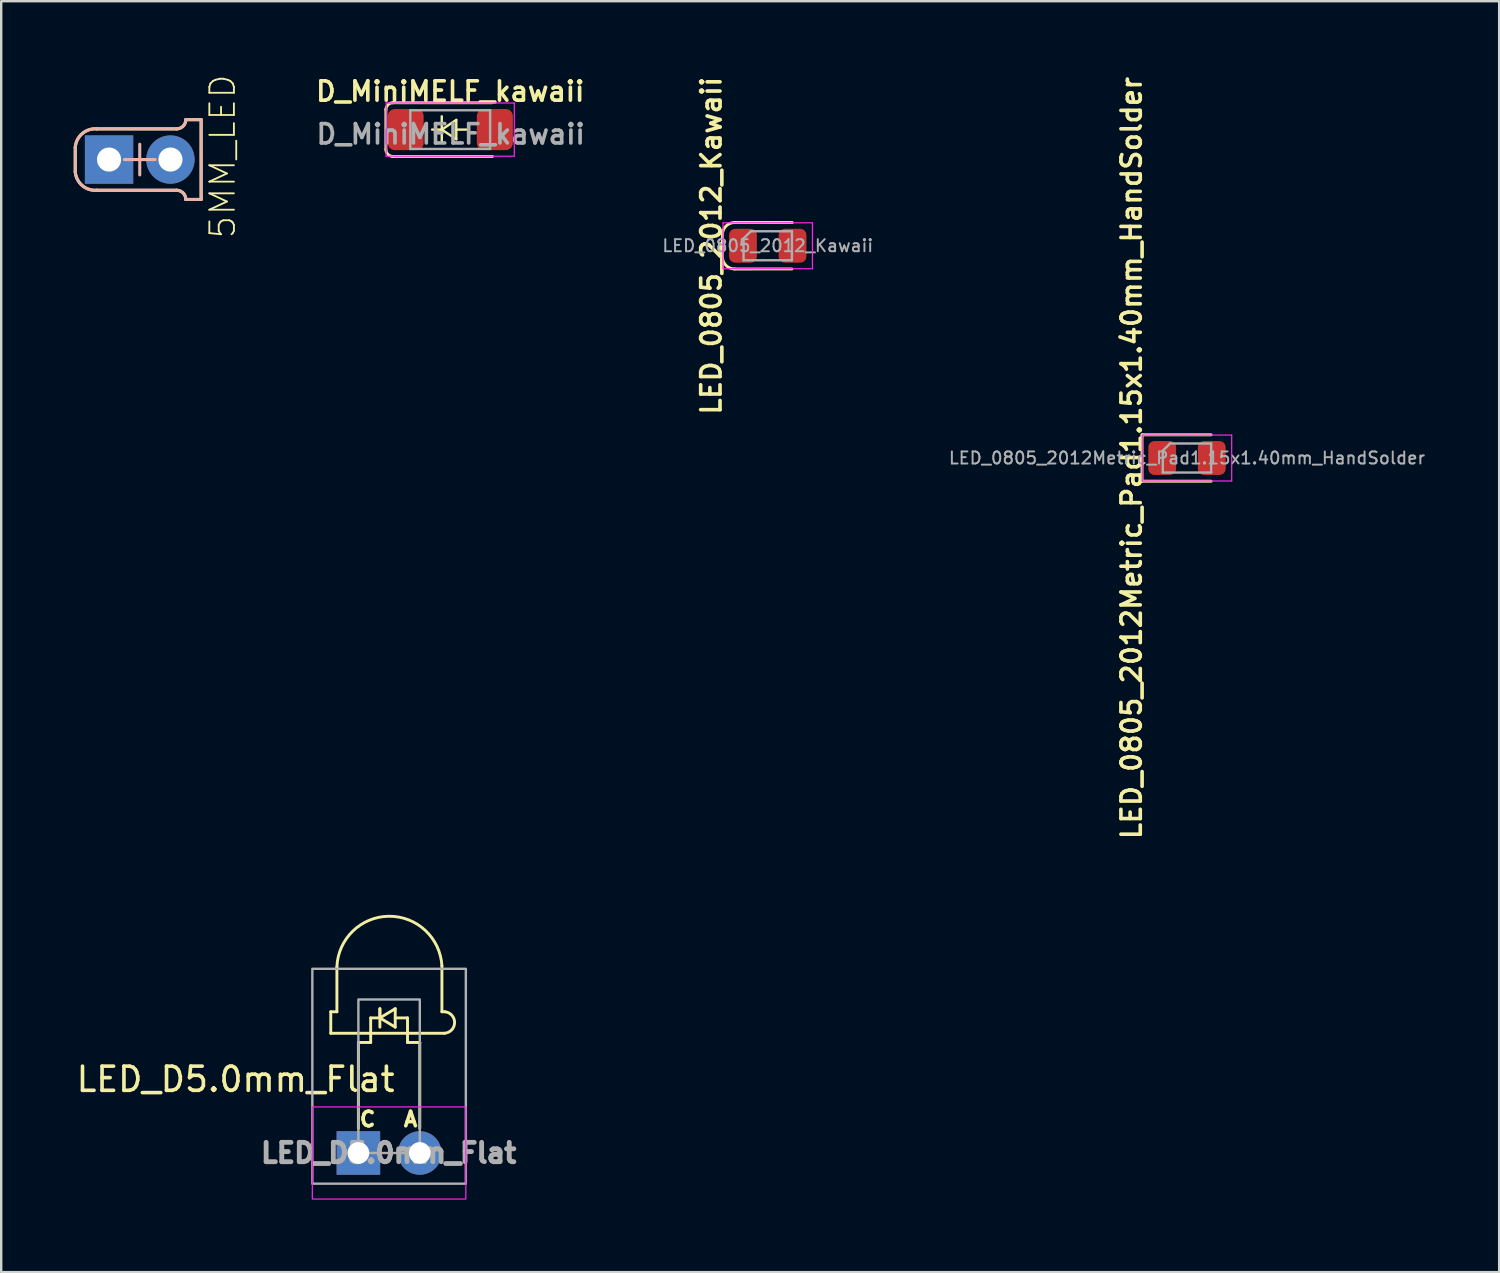
<source format=kicad_pcb>
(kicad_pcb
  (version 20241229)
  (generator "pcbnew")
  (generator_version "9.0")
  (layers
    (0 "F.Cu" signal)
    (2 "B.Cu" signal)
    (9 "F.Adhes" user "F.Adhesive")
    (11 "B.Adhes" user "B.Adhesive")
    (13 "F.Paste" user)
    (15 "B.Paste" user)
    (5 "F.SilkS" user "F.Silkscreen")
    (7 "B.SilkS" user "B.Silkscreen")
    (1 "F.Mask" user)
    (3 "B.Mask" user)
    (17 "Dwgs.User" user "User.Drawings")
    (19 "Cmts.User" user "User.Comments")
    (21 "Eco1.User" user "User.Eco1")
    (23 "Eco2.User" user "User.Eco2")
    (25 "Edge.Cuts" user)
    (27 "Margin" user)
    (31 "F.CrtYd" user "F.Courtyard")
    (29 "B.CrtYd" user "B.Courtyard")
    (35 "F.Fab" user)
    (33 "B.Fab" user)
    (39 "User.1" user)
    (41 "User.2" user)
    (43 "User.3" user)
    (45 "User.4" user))
  (footprint "5MM_LED"
    (layer "F.Cu")
    (at 2.731 3.551)
    (property "Reference" "5MM_LED" (at 3.429 -0.127 90) (layer "F.SilkS") (effects (font (size 1.016 1.016) (thickness 0.076))))
    (attr exclude_from_pos_files exclude_from_bom)
    (fp_line (start -2.667 0.508) (end -2.667 -0.508) (stroke (width 0.127) (type solid)) (layer "F.SilkS"))
    (fp_line (start -1.778 -1.27) (end 1.524 -1.27) (stroke (width 0.127) (type solid)) (layer "F.SilkS"))
    (fp_line (start -1.778 1.27) (end 1.524 1.27) (stroke (width 0.127) (type solid)) (layer "F.SilkS"))
    (fp_line (start 1.905 -1.651) (end 2.54 -1.651) (stroke (width 0.127) (type solid)) (layer "F.SilkS"))
    (fp_line (start 2.54 -1.651) (end 2.54 1.651) (stroke (width 0.127) (type solid)) (layer "F.SilkS"))
    (fp_line (start 2.54 1.651) (end 1.905 1.651) (stroke (width 0.127) (type solid)) (layer "F.SilkS"))
    (fp_arc (start -2.667 -0.508) (mid -2.380315 -1.073118) (end -1.778 -1.27) (stroke (width 0.127) (type solid)) (layer "F.SilkS"))
    (fp_arc (start -1.778 1.27) (mid -2.380315 1.073118) (end -2.667 0.508) (stroke (width 0.127) (type solid)) (layer "F.SilkS"))
    (fp_arc (start 1.524 1.27) (mid 1.793408 1.381592) (end 1.905 1.651) (stroke (width 0.127) (type solid)) (layer "F.SilkS"))
    (fp_arc (start 1.905 -1.651) (mid 1.793408 -1.381592) (end 1.524 -1.27) (stroke (width 0.127) (type solid)) (layer "F.SilkS"))
    (fp_line (start -2.667 -0.508) (end -2.667 0.508) (stroke (width 0.127) (type solid)) (layer "B.SilkS"))
    (fp_line (start -1.778 -1.27) (end 1.524 -1.27) (stroke (width 0.127) (type solid)) (layer "B.SilkS"))
    (fp_line (start -1.778 1.27) (end 1.524 1.27) (stroke (width 0.127) (type solid)) (layer "B.SilkS"))
    (fp_line (start -0.635 0) (end 0.635 0) (stroke (width 0.127) (type solid)) (layer "B.SilkS"))
    (fp_line (start 0 -0.635) (end 0 0.635) (stroke (width 0.127) (type solid)) (layer "B.SilkS"))
    (fp_line (start 1.905 1.651) (end 2.54 1.651) (stroke (width 0.127) (type solid)) (layer "B.SilkS"))
    (fp_line (start 2.54 -1.651) (end 1.905 -1.651) (stroke (width 0.127) (type solid)) (layer "B.SilkS"))
    (fp_line (start 2.54 1.651) (end 2.54 -1.651) (stroke (width 0.127) (type solid)) (layer "B.SilkS"))
    (fp_arc (start -2.667 -0.508) (mid -2.380315 -1.073118) (end -1.778 -1.27) (stroke (width 0.127) (type solid)) (layer "B.SilkS"))
    (fp_arc (start -1.778 1.27) (mid -2.380315 1.073118) (end -2.667 0.508) (stroke (width 0.127) (type solid)) (layer "B.SilkS"))
    (fp_arc (start 1.524 1.27) (mid 1.793408 1.381592) (end 1.905 1.651) (stroke (width 0.127) (type solid)) (layer "B.SilkS"))
    (fp_arc (start 1.905 -1.651) (mid 1.793408 -1.381592) (end 1.524 -1.27) (stroke (width 0.127) (type solid)) (layer "B.SilkS"))
    (pad "A" thru_hole rect (at -1.27 0) (size 1.999 1.999) (drill 0.998) (layers "*.Cu" "*.Paste" "*.Mask"))
    (pad "K" thru_hole circle (at 1.27 0) (size 1.999 1.999) (drill 0.998) (layers "*.Cu" "*.Paste" "*.Mask")))
  (footprint "LED_D5.0mm_Flat"
    (layer "F.Cu")
    (at 11.776 44.647)
    (property "Reference" "LED_D5.0mm_Flat" (at -5.08 -3.048 0) (layer "F.SilkS") (effects (font (size 1 1) (thickness 0.15))))
    (attr through_hole)
    (fp_line (start -1.143 -4.953) (end -1.143 -5.842) (stroke (width 0.12) (type solid)) (layer "F.SilkS"))
    (fp_line (start -1.143 -4.953) (end 3.556 -4.953) (stroke (width 0.12) (type solid)) (layer "F.SilkS"))
    (fp_line (start -0.889 -7.699) (end -0.889 -5.842) (stroke (width 0.12) (type solid)) (layer "F.SilkS"))
    (fp_line (start -0.889 -5.842) (end -1.143 -5.842) (stroke (width 0.12) (type solid)) (layer "F.SilkS"))
    (fp_line (start 0 -4.572) (end 0 -1.016) (stroke (width 0.12) (type solid)) (layer "F.SilkS"))
    (fp_line (start 0.508 -5.588) (end 0.889 -5.588) (stroke (width 0.12) (type solid)) (layer "F.SilkS"))
    (fp_line (start 0.508 -4.572) (end 0 -4.572) (stroke (width 0.12) (type solid)) (layer "F.SilkS"))
    (fp_line (start 0.508 -4.572) (end 0.508 -5.588) (stroke (width 0.12) (type solid)) (layer "F.SilkS"))
    (fp_line (start 0.889 -5.969) (end 0.889 -5.207) (stroke (width 0.12) (type solid)) (layer "F.SilkS"))
    (fp_line (start 0.889 -5.588) (end 0.889 -5.969) (stroke (width 0.12) (type solid)) (layer "F.SilkS"))
    (fp_line (start 0.889 -5.588) (end 1.524 -5.207) (stroke (width 0.12) (type solid)) (layer "F.SilkS"))
    (fp_line (start 1.524 -5.969) (end 0.889 -5.588) (stroke (width 0.12) (type solid)) (layer "F.SilkS"))
    (fp_line (start 1.524 -5.588) (end 2.032 -5.588) (stroke (width 0.12) (type solid)) (layer "F.SilkS"))
    (fp_line (start 1.524 -5.207) (end 1.524 -5.969) (stroke (width 0.12) (type solid)) (layer "F.SilkS"))
    (fp_line (start 2.032 -4.572) (end 2.032 -5.588) (stroke (width 0.12) (type solid)) (layer "F.SilkS"))
    (fp_line (start 2.032 -4.572) (end 2.54 -4.572) (stroke (width 0.12) (type solid)) (layer "F.SilkS"))
    (fp_line (start 2.54 -4.572) (end 2.54 -1.016) (stroke (width 0.12) (type solid)) (layer "F.SilkS"))
    (fp_line (start 3.455 -7.747) (end 3.455 -5.842) (stroke (width 0.12) (type solid)) (layer "F.SilkS"))
    (fp_line (start 3.455 -5.842) (end 3.582 -5.842) (stroke (width 0.12) (type solid)) (layer "F.SilkS"))
    (fp_arc (start -0.889 -7.699316) (mid 1.260116 -9.792327) (end 3.454662 -7.747) (stroke (width 0.12) (type solid)) (layer "F.SilkS"))
    (fp_arc (start 3.581662 -5.842) (mid 3.980172 -5.385626) (end 3.556 -4.953) (stroke (width 0.12) (type solid)) (layer "F.SilkS"))
    (fp_rect (start -1.905 -1.905) (end 4.445 1.905) (stroke (width 0.05) (type solid)) (fill no) (layer "F.CrtYd"))
    (fp_rect (start -1.905 1.27) (end 4.445 -7.62) (stroke (width 0.1) (type solid)) (fill no) (layer "F.Fab"))
    (fp_rect (start 0 -6.35) (end 2.54 0) (stroke (width 0.1) (type solid)) (fill no) (layer "F.Fab"))
    (fp_text user "C" (at 0.381 -1.397 0) (unlocked yes) (layer "F.SilkS") (effects (font (size 0.6 0.6) (thickness 0.15))))
    (fp_text user "A" (at 2.159 -1.397 0) (unlocked yes) (layer "F.SilkS") (effects (font (size 0.6 0.6) (thickness 0.15))))
    (fp_text user "${REFERENCE}" (at 1.25 0 0) (layer "F.Fab") (effects (font (size 0.8 0.8) (thickness 0.2))))
    (pad "1" thru_hole rect (at 0 0) (size 1.8 1.8) (drill 0.9) (layers "*.Cu" "*.Mask"))
    (pad "2" thru_hole circle (at 2.54 0) (size 1.8 1.8) (drill 0.9) (layers "*.Cu" "*.Mask")))
  (footprint "D_MiniMELF_kawaii"
    (layer "F.Cu")
    (at 15.575 2.311)
    (property "Reference" "D_MiniMELF_kawaii" (at 0 -1.58 0) (unlocked yes) (layer "F.SilkS") (effects (font (size 0.8 0.8) (thickness 0.15))))
    (attr smd)
    (fp_line (start -2.662 -0.84) (end -2.662 0.819) (stroke (width 0.12) (type solid)) (layer "F.SilkS"))
    (fp_line (start -2.38 1.11) (end 1.75 1.11) (stroke (width 0.12) (type solid)) (layer "F.SilkS"))
    (fp_line (start -0.75 0) (end -0.35 0) (stroke (width 0.1) (type solid)) (layer "F.SilkS"))
    (fp_line (start -0.35 0) (end -0.35 -0.55) (stroke (width 0.1) (type solid)) (layer "F.SilkS"))
    (fp_line (start -0.35 0) (end -0.35 0.55) (stroke (width 0.1) (type solid)) (layer "F.SilkS"))
    (fp_line (start -0.35 0) (end 0.25 -0.4) (stroke (width 0.1) (type solid)) (layer "F.SilkS"))
    (fp_line (start 0.25 -0.4) (end 0.25 0.4) (stroke (width 0.1) (type solid)) (layer "F.SilkS"))
    (fp_line (start 0.25 0) (end 0.75 0) (stroke (width 0.1) (type solid)) (layer "F.SilkS"))
    (fp_line (start 0.25 0.4) (end -0.35 0) (stroke (width 0.1) (type solid)) (layer "F.SilkS"))
    (fp_line (start 1.73 -1.11) (end -2.39 -1.11) (stroke (width 0.12) (type solid)) (layer "F.SilkS"))
    (fp_arc (start -2.660687 -0.819999) (mid -2.575547 -1.025547) (end -2.369999 -1.110687) (stroke (width 0.12) (type solid)) (layer "F.SilkS"))
    (fp_arc (start -2.37 1.110533) (mid -2.576466 1.025012) (end -2.661986 0.818545) (stroke (width 0.12) (type solid)) (layer "F.SilkS"))
    (fp_line (start -2.65 -1.1) (end 2.65 -1.1) (stroke (width 0.05) (type solid)) (layer "F.CrtYd"))
    (fp_line (start -2.65 1.1) (end -2.65 -1.1) (stroke (width 0.05) (type solid)) (layer "F.CrtYd"))
    (fp_line (start 2.65 -1.1) (end 2.65 1.1) (stroke (width 0.05) (type solid)) (layer "F.CrtYd"))
    (fp_line (start 2.65 1.1) (end -2.65 1.1) (stroke (width 0.05) (type solid)) (layer "F.CrtYd"))
    (fp_line (start -1.65 -0.8) (end 1.65 -0.8) (stroke (width 0.1) (type solid)) (layer "F.Fab"))
    (fp_line (start -1.65 0.8) (end -1.65 -0.8) (stroke (width 0.1) (type solid)) (layer "F.Fab"))
    (fp_line (start 1.65 -0.8) (end 1.65 0.8) (stroke (width 0.1) (type solid)) (layer "F.Fab"))
    (fp_line (start 1.65 0.8) (end -1.65 0.8) (stroke (width 0.1) (type solid)) (layer "F.Fab"))
    (fp_text user "${REFERENCE}" (at 0.02 0.19 0) (unlocked yes) (layer "F.Fab") (effects (font (size 0.8 0.8) (thickness 0.15))))
    (pad "1" smd roundrect (at -1.84 0) (size 1.48 1.7) (layers "F.Cu" "F.Mask" "F.Paste") (roundrect_rratio 0.192))
    (pad "2" smd roundrect (at 1.845 0) (size 1.49 1.7) (layers "F.Cu" "F.Mask" "F.Paste") (roundrect_rratio 0.192)))
  (footprint "LED_0805_2012Metric_Pad1.15x1.40mm_HandSolder"
    (layer "F.Cu")
    (at 46.053 15.897)
    (property "Reference" "LED_0805_2012Metric_Pad1.15x1.40mm_HandSolder" (at -2.295 0 90) (layer "F.SilkS") (effects (font (size 0.8 0.8) (thickness 0.15))))
    (attr smd)
    (fp_line (start -1.86 -0.96) (end -1.86 0.96) (stroke (width 0.12) (type solid)) (layer "F.SilkS"))
    (fp_line (start -1.86 0.96) (end 1 0.96) (stroke (width 0.12) (type solid)) (layer "F.SilkS"))
    (fp_line (start 1 -0.96) (end -1.86 -0.96) (stroke (width 0.12) (type solid)) (layer "F.SilkS"))
    (fp_line (start -1.85 -0.95) (end 1.85 -0.95) (stroke (width 0.05) (type solid)) (layer "F.CrtYd"))
    (fp_line (start -1.85 0.95) (end -1.85 -0.95) (stroke (width 0.05) (type solid)) (layer "F.CrtYd"))
    (fp_line (start 1.85 -0.95) (end 1.85 0.95) (stroke (width 0.05) (type solid)) (layer "F.CrtYd"))
    (fp_line (start 1.85 0.95) (end -1.85 0.95) (stroke (width 0.05) (type solid)) (layer "F.CrtYd"))
    (fp_line (start -1 -0.3) (end -1 0.6) (stroke (width 0.1) (type solid)) (layer "F.Fab"))
    (fp_line (start -1 0.6) (end 1 0.6) (stroke (width 0.1) (type solid)) (layer "F.Fab"))
    (fp_line (start -0.7 -0.6) (end -1 -0.3) (stroke (width 0.1) (type solid)) (layer "F.Fab"))
    (fp_line (start 1 -0.6) (end -0.7 -0.6) (stroke (width 0.1) (type solid)) (layer "F.Fab"))
    (fp_line (start 1 0.6) (end 1 -0.6) (stroke (width 0.1) (type solid)) (layer "F.Fab"))
    (fp_text user "${REFERENCE}" (at 0 0 180) (layer "F.Fab") (effects (font (size 0.5 0.5) (thickness 0.08))))
    (pad "1" smd roundrect (at -1.025 0) (size 1.15 1.4) (layers "F.Cu" "F.Mask" "F.Paste") (roundrect_rratio 0.217))
    (pad "2" smd roundrect (at 1.025 0) (size 1.15 1.4) (layers "F.Cu" "F.Mask" "F.Paste") (roundrect_rratio 0.217)))
  (footprint "LED_0805_2012_Kawaii"
    (layer "F.Cu")
    (at 28.71 7.116)
    (property "Reference" "LED_0805_2012_Kawaii" (at -2.337 0 90) (layer "F.SilkS") (effects (font (size 0.8 0.8) (thickness 0.15))))
    (attr smd)
    (fp_line (start -1.876 -0.454) (end -1.876 0.454) (stroke (width 0.12) (type solid)) (layer "F.SilkS"))
    (fp_line (start -1.368 0.962) (end 1 0.96) (stroke (width 0.12) (type solid)) (layer "F.SilkS"))
    (fp_line (start 1.016 -0.96) (end -1.368 -0.962) (stroke (width 0.12) (type solid)) (layer "F.SilkS"))
    (fp_arc (start -1.87599 -0.45359) (mid -1.727201 -0.812801) (end -1.36799 -0.96159) (stroke (width 0.12) (type default)) (layer "F.SilkS"))
    (fp_arc (start -1.367989 0.961589) (mid -1.7272 0.8128) (end -1.875989 0.453589) (stroke (width 0.12) (type default)) (layer "F.SilkS"))
    (fp_line (start -1.85 -0.95) (end 1.85 -0.95) (stroke (width 0.05) (type solid)) (layer "F.CrtYd"))
    (fp_line (start -1.85 0.95) (end -1.85 -0.95) (stroke (width 0.05) (type solid)) (layer "F.CrtYd"))
    (fp_line (start 1.85 -0.95) (end 1.85 0.95) (stroke (width 0.05) (type solid)) (layer "F.CrtYd"))
    (fp_line (start 1.85 0.95) (end -1.85 0.95) (stroke (width 0.05) (type solid)) (layer "F.CrtYd"))
    (fp_line (start -1 -0.3) (end -1 0.6) (stroke (width 0.1) (type solid)) (layer "F.Fab"))
    (fp_line (start -1 0.6) (end 1 0.6) (stroke (width 0.1) (type solid)) (layer "F.Fab"))
    (fp_line (start -0.7 -0.6) (end -1 -0.3) (stroke (width 0.1) (type solid)) (layer "F.Fab"))
    (fp_line (start 1 -0.6) (end -0.7 -0.6) (stroke (width 0.1) (type solid)) (layer "F.Fab"))
    (fp_line (start 1 0.6) (end 1 -0.6) (stroke (width 0.1) (type solid)) (layer "F.Fab"))
    (fp_text user "${REFERENCE}" (at 0 0 180) (layer "F.Fab") (effects (font (size 0.5 0.5) (thickness 0.08))))
    (pad "1" smd roundrect (at -1.025 0) (size 1.15 1.4) (layers "F.Cu" "F.Mask" "F.Paste") (roundrect_rratio 0.217))
    (pad "2" smd roundrect (at 1.025 0) (size 1.15 1.4) (layers "F.Cu" "F.Mask" "F.Paste") (roundrect_rratio 0.217)))
  (gr_rect
    (start -3 -3)
    (end 58.968 49.577)
    (stroke (width 0.1) (type default))
    (fill no)
    (layer "Edge.Cuts")))
</source>
